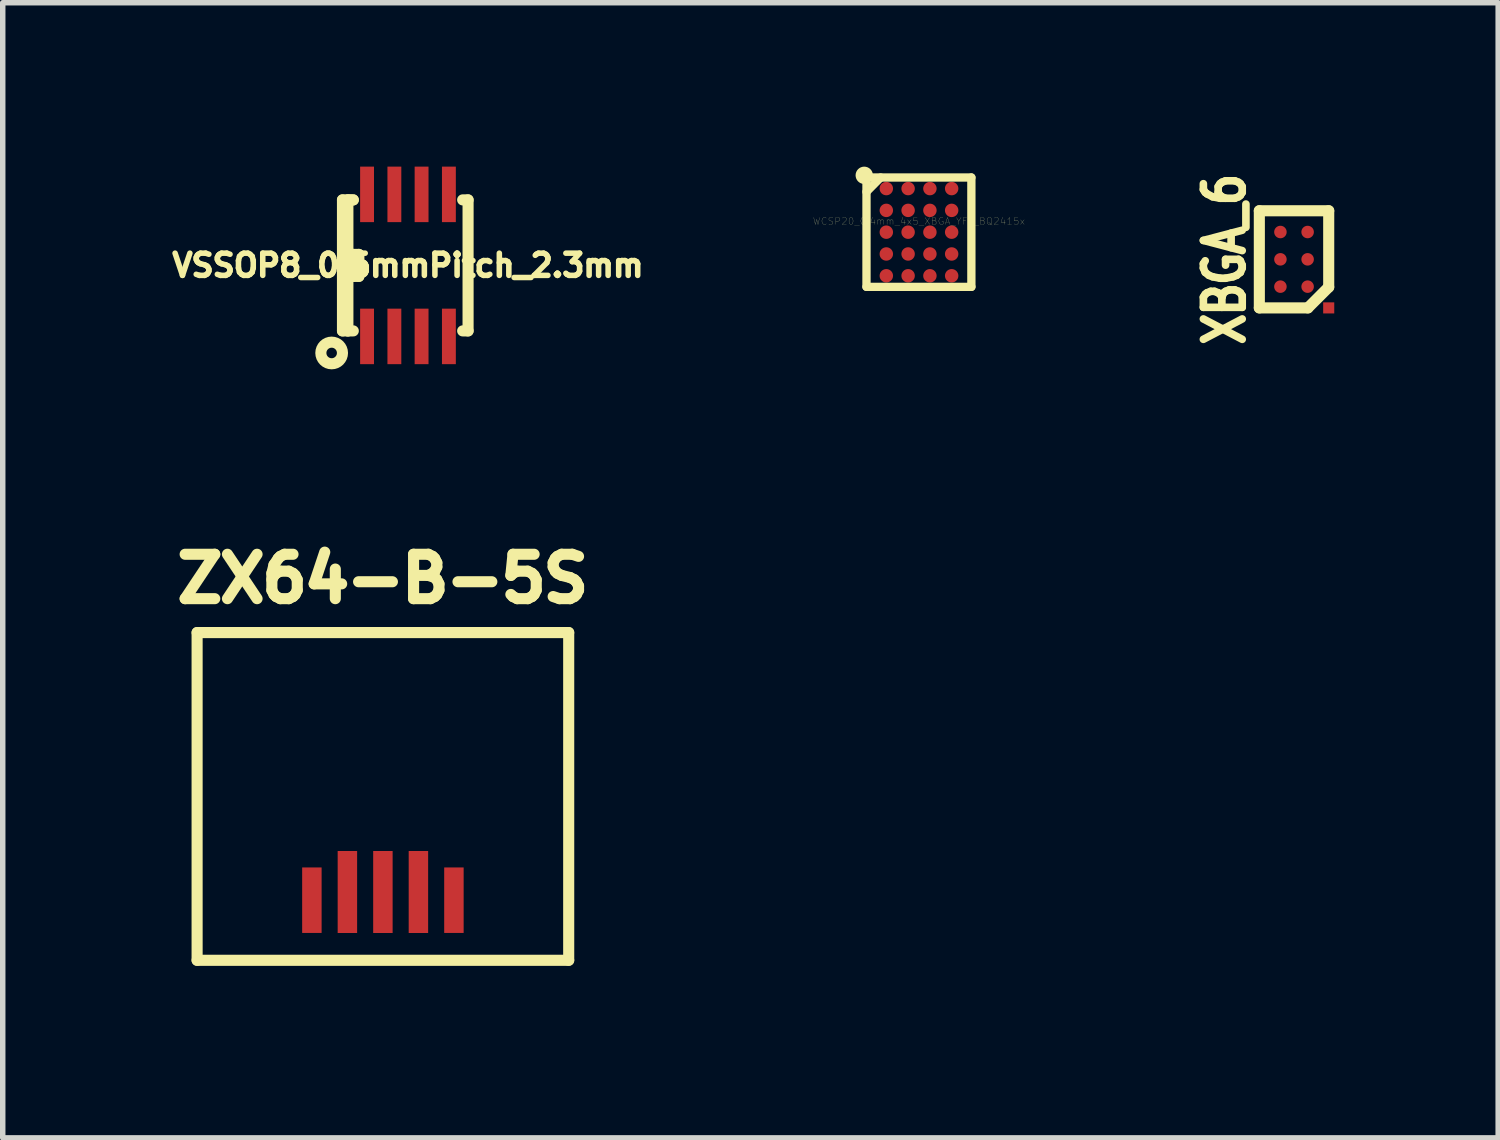
<source format=kicad_pcb>
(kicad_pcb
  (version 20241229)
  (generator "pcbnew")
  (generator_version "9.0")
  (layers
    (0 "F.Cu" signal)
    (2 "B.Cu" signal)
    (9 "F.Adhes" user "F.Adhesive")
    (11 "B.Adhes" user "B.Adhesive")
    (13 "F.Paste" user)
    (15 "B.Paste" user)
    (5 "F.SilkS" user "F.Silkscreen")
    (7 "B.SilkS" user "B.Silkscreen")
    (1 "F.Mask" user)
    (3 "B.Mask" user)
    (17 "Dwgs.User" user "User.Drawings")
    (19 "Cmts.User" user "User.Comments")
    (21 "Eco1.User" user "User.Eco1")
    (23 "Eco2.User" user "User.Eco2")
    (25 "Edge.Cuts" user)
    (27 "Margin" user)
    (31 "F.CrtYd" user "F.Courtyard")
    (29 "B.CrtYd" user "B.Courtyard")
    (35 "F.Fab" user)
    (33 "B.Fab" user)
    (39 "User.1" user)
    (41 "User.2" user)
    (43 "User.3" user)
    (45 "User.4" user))
  (footprint "WCSP20_0.4mm_4x5_XBGA_YFF_BQ2415x"
    (layer "F.Cu")
    (at 13.771 1.2)
    (property "Reference" "WCSP20_0.4mm_4x5_XBGA_YFF_BQ2415x" (at 0 -0.201 0) (layer "F.SilkS") (effects (font (size 0.127 0.127) (thickness 0.003))))
    (attr smd)
    (fp_line (start -0.96 -1.001) (end -0.96 1.001) (stroke (width 0.152) (type solid)) (layer "F.SilkS"))
    (fp_line (start -0.96 -0.739) (end -0.701 -1.001) (stroke (width 0.152) (type solid)) (layer "F.SilkS"))
    (fp_line (start -0.96 1.001) (end 0.96 1.001) (stroke (width 0.152) (type solid)) (layer "F.SilkS"))
    (fp_line (start 0.96 -1.001) (end -0.96 -1.001) (stroke (width 0.152) (type solid)) (layer "F.SilkS"))
    (fp_line (start 0.96 1.001) (end 0.96 -1.001) (stroke (width 0.152) (type solid)) (layer "F.SilkS"))
    (fp_circle (center -1.001 -1.041) (end -1.059 -1.1) (stroke (width 0.152) (type solid)) (fill no) (layer "F.SilkS"))
    (pad "A1" smd circle (at -0.597 -0.798) (size 0.246 0.246) (layers "F.Cu" "F.Mask" "F.Paste"))
    (pad "A2" smd circle (at -0.198 -0.798) (size 0.246 0.246) (layers "F.Cu" "F.Mask" "F.Paste"))
    (pad "A3" smd circle (at 0.201 -0.798) (size 0.246 0.246) (layers "F.Cu" "F.Mask" "F.Paste"))
    (pad "A4" smd circle (at 0.599 -0.798) (size 0.246 0.246) (layers "F.Cu" "F.Mask" "F.Paste"))
    (pad "B1" smd circle (at -0.597 -0.399) (size 0.246 0.246) (layers "F.Cu" "F.Mask" "F.Paste"))
    (pad "B2" smd circle (at -0.198 -0.399) (size 0.246 0.246) (layers "F.Cu" "F.Mask" "F.Paste"))
    (pad "B3" smd circle (at 0.201 -0.399) (size 0.246 0.246) (layers "F.Cu" "F.Mask" "F.Paste"))
    (pad "B4" smd circle (at 0.599 -0.399) (size 0.246 0.246) (layers "F.Cu" "F.Mask" "F.Paste"))
    (pad "C1" smd circle (at -0.597 0) (size 0.246 0.246) (layers "F.Cu" "F.Mask" "F.Paste"))
    (pad "C2" smd circle (at -0.198 0) (size 0.246 0.246) (layers "F.Cu" "F.Mask" "F.Paste"))
    (pad "C3" smd circle (at 0.201 0) (size 0.246 0.246) (layers "F.Cu" "F.Mask" "F.Paste"))
    (pad "C4" smd circle (at 0.599 0) (size 0.246 0.246) (layers "F.Cu" "F.Mask" "F.Paste"))
    (pad "D1" smd circle (at -0.597 0.399) (size 0.246 0.246) (layers "F.Cu" "F.Mask" "F.Paste"))
    (pad "D2" smd circle (at -0.198 0.399) (size 0.246 0.246) (layers "F.Cu" "F.Mask" "F.Paste"))
    (pad "D3" smd circle (at 0.201 0.399) (size 0.246 0.246) (layers "F.Cu" "F.Mask" "F.Paste"))
    (pad "D4" smd circle (at 0.599 0.399) (size 0.246 0.246) (layers "F.Cu" "F.Mask" "F.Paste"))
    (pad "E1" smd circle (at -0.597 0.798) (size 0.246 0.246) (layers "F.Cu" "F.Mask" "F.Paste"))
    (pad "E2" smd circle (at -0.198 0.798) (size 0.246 0.246) (layers "F.Cu" "F.Mask" "F.Paste"))
    (pad "E3" smd circle (at 0.201 0.798) (size 0.246 0.246) (layers "F.Cu" "F.Mask" "F.Paste"))
    (pad "E4" smd circle (at 0.599 0.798) (size 0.246 0.246) (layers "F.Cu" "F.Mask" "F.Paste")))
  (footprint "XBGA_6"
    (layer "F.Cu")
    (at 20.637 1.697)
    (property "Reference" "XBGA_6" (at -1.27 0 90) (layer "F.SilkS") (effects (font (size 0.711 0.559) (thickness 0.14))))
    (attr smd)
    (fp_line (start -0.635 -0.889) (end 0.635 -0.889) (stroke (width 0.203) (type solid)) (layer "F.SilkS"))
    (fp_line (start -0.635 0.889) (end -0.635 -0.889) (stroke (width 0.203) (type solid)) (layer "F.SilkS"))
    (fp_line (start 0.254 0.889) (end -0.635 0.889) (stroke (width 0.203) (type solid)) (layer "F.SilkS"))
    (fp_line (start 0.635 -0.889) (end 0.635 0.508) (stroke (width 0.203) (type solid)) (layer "F.SilkS"))
    (fp_line (start 0.635 0.508) (end 0.254 0.889) (stroke (width 0.203) (type solid)) (layer "F.SilkS"))
    (pad "1" smd circle (at 0.249 0.5) (size 0.229 0.229) (layers "F.Cu" "F.Mask" "F.Paste"))
    (pad "2" smd circle (at 0.249 0) (size 0.229 0.229) (layers "F.Cu" "F.Mask" "F.Paste"))
    (pad "3" smd circle (at 0.249 -0.5) (size 0.229 0.229) (layers "F.Cu" "F.Mask" "F.Paste"))
    (pad "4" smd circle (at -0.249 -0.5) (size 0.229 0.229) (layers "F.Cu" "F.Mask" "F.Paste"))
    (pad "5" smd circle (at -0.249 0) (size 0.229 0.229) (layers "F.Cu" "F.Mask" "F.Paste"))
    (pad "6" smd circle (at -0.249 0.5) (size 0.229 0.229) (layers "F.Cu" "F.Mask" "F.Paste"))
    (pad "7" smd rect (at 0.635 0.889) (size 0.203 0.203) (layers "F.Cu" "F.Mask" "F.Paste")))
  (footprint "ZX64-B-5S"
    (layer "F.Cu")
    (at 3.959 14.528)
    (property "Reference" "ZX64-B-5S" (at 0 -6.985 0) (layer "F.SilkS") (effects (font (size 0.813 0.813) (thickness 0.203))))
    (attr through_hole)
    (fp_line (start -3.401 0) (end -3.401 -5.999) (stroke (width 0.203) (type solid)) (layer "F.SilkS"))
    (fp_line (start -3.401 0) (end 3.401 0) (stroke (width 0.203) (type solid)) (layer "F.SilkS"))
    (fp_line (start 3.401 -5.999) (end -3.401 -5.999) (stroke (width 0.203) (type solid)) (layer "F.SilkS"))
    (fp_line (start 3.401 0) (end 3.401 -5.999) (stroke (width 0.203) (type solid)) (layer "F.SilkS"))
    (pad "1" smd rect (at 1.3 -1.1) (size 0.356 1.199) (layers "F.Cu" "F.Mask" "F.Paste"))
    (pad "2" smd rect (at 0.65 -1.25) (size 0.356 1.501) (layers "F.Cu" "F.Mask" "F.Paste"))
    (pad "3" smd rect (at 0 -1.25) (size 0.356 1.501) (layers "F.Cu" "F.Mask" "F.Paste"))
    (pad "4" smd rect (at -1.3 -1.1) (size 0.356 1.199) (layers "F.Cu" "F.Mask" "F.Paste"))
    (pad "6" smd rect (at -0.65 -1.25) (size 0.356 1.501) (layers "F.Cu" "F.Mask" "F.Paste")))
  (footprint "VSSOP8_0.5mmPitch_2.3mm"
    (layer "F.Cu")
    (at 4.418 1.808)
    (property "Reference" "VSSOP8_0.5mmPitch_2.3mm" (at 0 0 0) (layer "F.SilkS") (effects (font (size 0.406 0.406) (thickness 0.102))))
    (attr through_hole)
    (fp_line (start -1.199 -1.199) (end -1.199 1.199) (stroke (width 0.203) (type solid)) (layer "F.SilkS"))
    (fp_line (start -1.199 1.199) (end -1.1 1.199) (stroke (width 0.203) (type solid)) (layer "F.SilkS"))
    (fp_line (start -1.1 -1.199) (end -1.1 1.199) (stroke (width 0.203) (type solid)) (layer "F.SilkS"))
    (fp_line (start -1.1 -1.199) (end -1.001 -1.199) (stroke (width 0.203) (type solid)) (layer "F.SilkS"))
    (fp_line (start -1.1 -0.201) (end -0.899 -0.201) (stroke (width 0.203) (type solid)) (layer "F.SilkS"))
    (fp_line (start -1.1 1.199) (end -1.001 1.199) (stroke (width 0.203) (type solid)) (layer "F.SilkS"))
    (fp_line (start -1.001 -1.199) (end -1.199 -1.199) (stroke (width 0.203) (type solid)) (layer "F.SilkS"))
    (fp_line (start -1.001 0.201) (end -1.001 -0.201) (stroke (width 0.203) (type solid)) (layer "F.SilkS"))
    (fp_line (start -0.899 -0.201) (end -0.899 0.201) (stroke (width 0.203) (type solid)) (layer "F.SilkS"))
    (fp_line (start -0.899 0.201) (end -1.1 0.201) (stroke (width 0.203) (type solid)) (layer "F.SilkS"))
    (fp_line (start 1.1 -1.199) (end 1.001 -1.199) (stroke (width 0.203) (type solid)) (layer "F.SilkS"))
    (fp_line (start 1.1 -1.199) (end 1.1 1.199) (stroke (width 0.203) (type solid)) (layer "F.SilkS"))
    (fp_line (start 1.1 1.199) (end 1.001 1.199) (stroke (width 0.203) (type solid)) (layer "F.SilkS"))
    (fp_circle (center -1.397 1.603) (end -1.199 1.603) (stroke (width 0.203) (type solid)) (fill no) (layer "F.SilkS"))
    (pad "1" smd rect (at -0.749 1.3) (size 0.254 1.016) (layers "F.Cu" "F.Mask" "F.Paste"))
    (pad "2" smd rect (at -0.249 1.3) (size 0.254 1.016) (layers "F.Cu" "F.Mask" "F.Paste"))
    (pad "3" smd rect (at 0.249 1.3) (size 0.254 1.016) (layers "F.Cu" "F.Mask" "F.Paste"))
    (pad "4" smd rect (at 0.749 1.3) (size 0.254 1.016) (layers "F.Cu" "F.Mask" "F.Paste"))
    (pad "5" smd rect (at 0.749 -1.3) (size 0.254 1.016) (layers "F.Cu" "F.Mask" "F.Paste"))
    (pad "6" smd rect (at 0.249 -1.3) (size 0.254 1.016) (layers "F.Cu" "F.Mask" "F.Paste"))
    (pad "7" smd rect (at -0.249 -1.3) (size 0.254 1.016) (layers "F.Cu" "F.Mask" "F.Paste"))
    (pad "8" smd rect (at -0.749 -1.3) (size 0.254 1.016) (layers "F.Cu" "F.Mask" "F.Paste")))
  (gr_rect
    (start -3 -3)
    (end 24.374 17.778)
    (stroke (width 0.1) (type default))
    (fill no)
    (layer "Edge.Cuts")))
</source>
